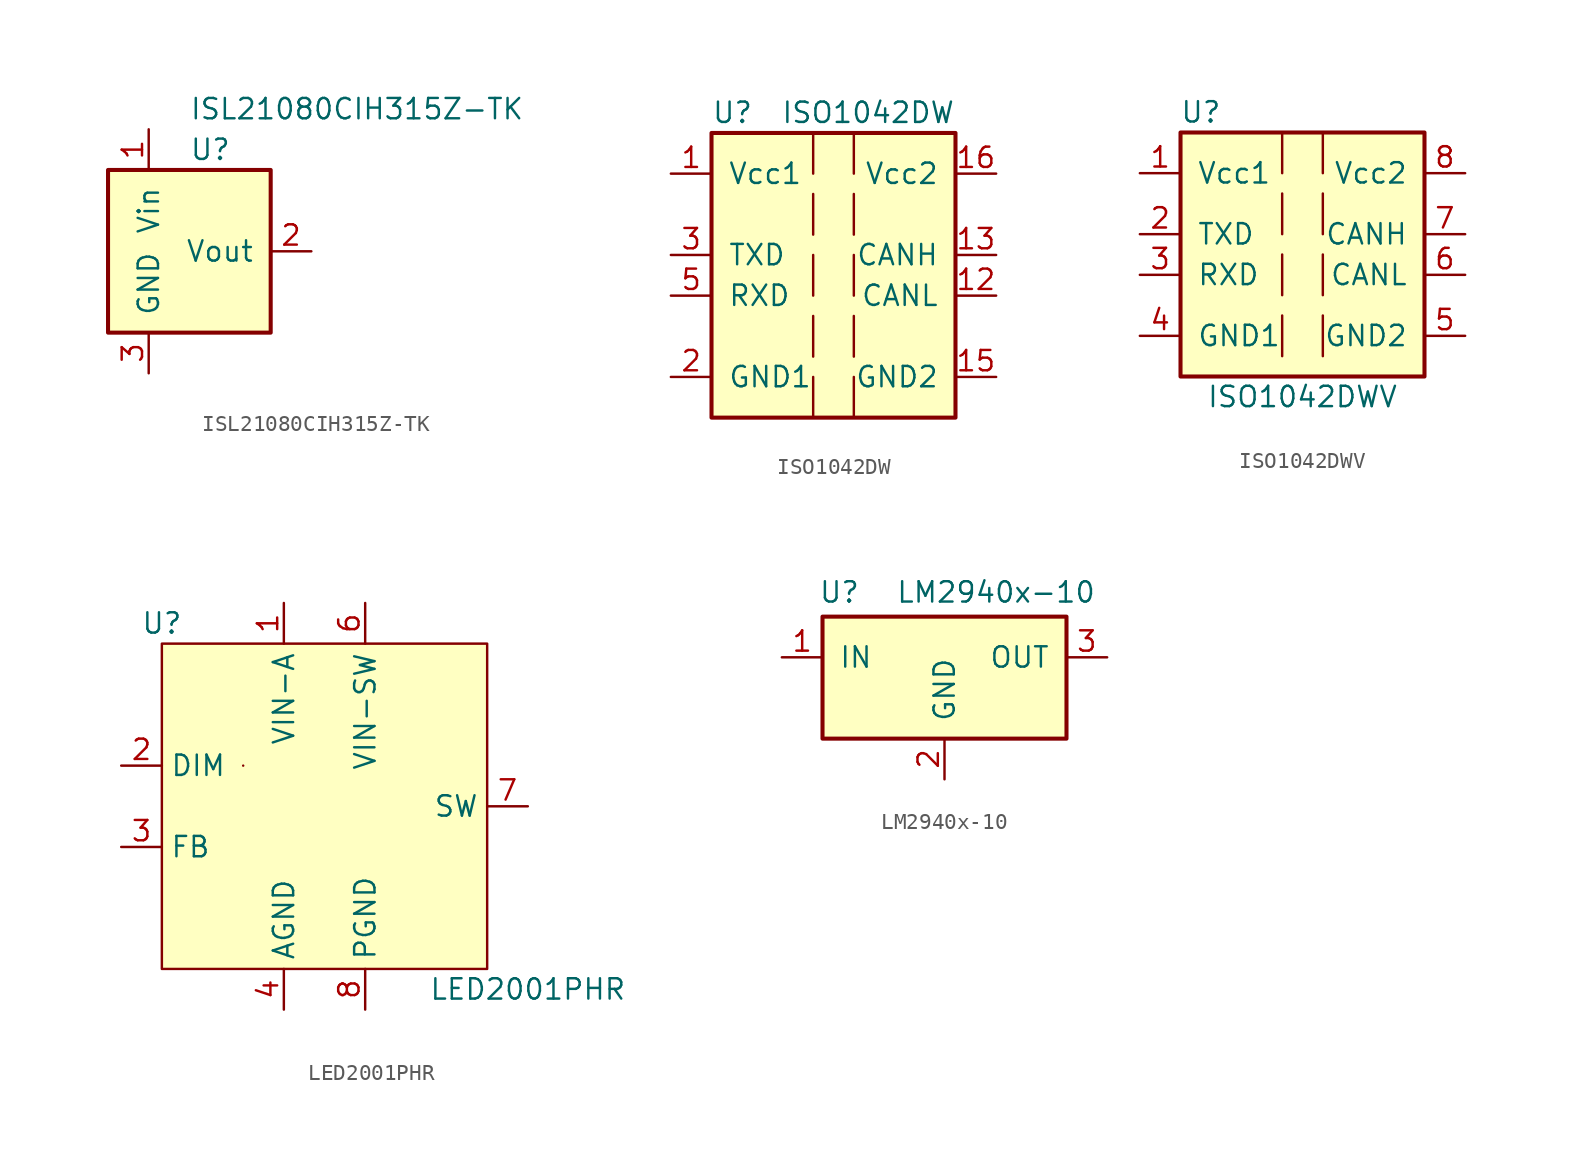
<source format=kicad_sym>
(kicad_symbol_lib
  (version 20211014)
  (generator kicad_symbol_editor)
  (symbol "ISL21080CIH315Z-TK"
    (pin_names
      (offset 1.016))
    (property "Reference" "U"
      (at 0 6.35 0)
      (effects (font (size 1.27 1.27)) (justify left)))
    (property "Value" "ISL21080CIH315Z-TK"
      (at 0 8.89 0)
      (effects (font (size 1.27 1.27)) (justify left)))
    (symbol "ISL21080CIH315Z-TK_1_1"
      (rectangle (start -5.08 5.08) (end 5.08 -5.08) (stroke (width 0.254) (type default) (color 0 0 0 0)) (fill (type background)))
      (pin power_in line (at -2.54 7.62 270) (length 2.54) (name "Vin" (effects (font (size 1.27 1.27)))) (number "1" (effects (font (size 1.27 1.27)))))
      (pin power_out line (at 7.62 0 180) (length 2.54) (name "Vout" (effects (font (size 1.27 1.27)))) (number "2" (effects (font (size 1.27 1.27)))))
      (pin power_in line (at -2.54 -7.62 90) (length 2.54) (name "GND" (effects (font (size 1.27 1.27)))) (number "3" (effects (font (size 1.27 1.27)))))))
  (symbol "ISO1042DW"
    (pin_names
      (offset 1.016))
    (property "Reference" "U"
      (at -7.62 10.16 0)
      (effects (font (size 1.27 1.27)) (justify left)))
    (property "Value" "ISO1042DW"
      (at 7.62 10.16 0)
      (effects (font (size 1.27 1.27)) (justify right)))
    (symbol "ISO1042DW_0_1"
      (rectangle (start -7.62 8.89) (end 7.62 -8.89) (stroke (width 0.254) (type default) (color 0 0 0 0)) (fill (type background)))
      (polyline (pts (xy -1.27 -6.35) (xy -1.27 -8.89)) (stroke (width 0) (type default) (color 0 0 0 0)) (fill (type none)))
      (polyline (pts (xy -1.27 -2.54) (xy -1.27 -5.08)) (stroke (width 0) (type default) (color 0 0 0 0)) (fill (type none)))
      (polyline (pts (xy -1.27 1.27) (xy -1.27 -1.27)) (stroke (width 0) (type default) (color 0 0 0 0)) (fill (type none)))
      (polyline (pts (xy -1.27 5.08) (xy -1.27 2.54)) (stroke (width 0) (type default) (color 0 0 0 0)) (fill (type none)))
      (polyline (pts (xy -1.27 8.89) (xy -1.27 6.35)) (stroke (width 0) (type default) (color 0 0 0 0)) (fill (type none)))
      (polyline (pts (xy 1.27 -6.35) (xy 1.27 -8.89)) (stroke (width 0) (type default) (color 0 0 0 0)) (fill (type none)))
      (polyline (pts (xy 1.27 -2.54) (xy 1.27 -5.08)) (stroke (width 0) (type default) (color 0 0 0 0)) (fill (type none)))
      (polyline (pts (xy 1.27 1.27) (xy 1.27 -1.27)) (stroke (width 0) (type default) (color 0 0 0 0)) (fill (type none)))
      (polyline (pts (xy 1.27 2.54) (xy 1.27 5.08)) (stroke (width 0) (type default) (color 0 0 0 0)) (fill (type none)))
      (polyline (pts (xy 1.27 6.35) (xy 1.27 8.89)) (stroke (width 0) (type default) (color 0 0 0 0)) (fill (type none))))
    (symbol "ISO1042DW_1_1"
      (pin power_in line (at -10.16 6.35 0) (length 2.54) (name "Vcc1" (effects (font (size 1.27 1.27)))) (number "1" (effects (font (size 1.27 1.27)))))
      (pin passive line (at 10.16 -6.35 180) (length 2.54) hide (name "GND2" (effects (font (size 1.27 1.27)))) (number "10" (effects (font (size 1.27 1.27)))))
      (pin passive line (at 10.16 6.35 180) (length 2.54) hide (name "Vcc2" (effects (font (size 1.27 1.27)))) (number "11" (effects (font (size 1.27 1.27)))))
      (pin bidirectional line (at 10.16 -1.27 180) (length 2.54) (name "CANL" (effects (font (size 1.27 1.27)))) (number "12" (effects (font (size 1.27 1.27)))))
      (pin bidirectional line (at 10.16 1.27 180) (length 2.54) (name "CANH" (effects (font (size 1.27 1.27)))) (number "13" (effects (font (size 1.27 1.27)))))
      (pin passive line (at 10.16 -6.35 180) (length 2.54) hide (name "GND2" (effects (font (size 1.27 1.27)))) (number "14" (effects (font (size 1.27 1.27)))))
      (pin power_in line (at 10.16 -6.35 180) (length 2.54) (name "GND2" (effects (font (size 1.27 1.27)))) (number "15" (effects (font (size 1.27 1.27)))))
      (pin power_in line (at 10.16 6.35 180) (length 2.54) (name "Vcc2" (effects (font (size 1.27 1.27)))) (number "16" (effects (font (size 1.27 1.27)))))
      (pin power_in line (at -10.16 -6.35 0) (length 2.54) (name "GND1" (effects (font (size 1.27 1.27)))) (number "2" (effects (font (size 1.27 1.27)))))
      (pin input line (at -10.16 1.27 0) (length 2.54) (name "TXD" (effects (font (size 1.27 1.27)))) (number "3" (effects (font (size 1.27 1.27)))))
      (pin passive line (at -10.16 -6.35 0) (length 2.54) hide (name "GND1" (effects (font (size 1.27 1.27)))) (number "4" (effects (font (size 1.27 1.27)))))
      (pin output line (at -10.16 -1.27 0) (length 2.54) (name "RXD" (effects (font (size 1.27 1.27)))) (number "5" (effects (font (size 1.27 1.27)))))
      (pin passive line (at -10.16 -6.35 0) (length 2.54) hide (name "GND1" (effects (font (size 1.27 1.27)))) (number "6" (effects (font (size 1.27 1.27)))))
      (pin passive line (at -10.16 -6.35 0) (length 2.54) hide (name "GND1" (effects (font (size 1.27 1.27)))) (number "7" (effects (font (size 1.27 1.27)))))
      (pin passive line (at -10.16 -6.35 0) (length 2.54) hide (name "GND1" (effects (font (size 1.27 1.27)))) (number "8" (effects (font (size 1.27 1.27)))))
      (pin passive line (at 10.16 -6.35 180) (length 2.54) hide (name "GND2" (effects (font (size 1.27 1.27)))) (number "9" (effects (font (size 1.27 1.27)))))))
  (symbol "ISO1042DWV"
    (pin_names
      (offset 1.016))
    (property "Reference" "U"
      (at -6.35 8.89 0)
      (effects (font (size 1.27 1.27))))
    (property "Value" "ISO1042DWV"
      (at 0 -8.89 0)
      (effects (font (size 1.27 1.27))))
    (symbol "ISO1042DWV_1_1"
      (rectangle (start -7.62 7.62) (end 7.62 -7.62) (stroke (width 0.254) (type default) (color 0 0 0 0)) (fill (type background)))
      (polyline (pts (xy -1.27 -3.81) (xy -1.27 -6.35)) (stroke (width 0) (type default) (color 0 0 0 0)) (fill (type none)))
      (polyline (pts (xy -1.27 0) (xy -1.27 -2.54)) (stroke (width 0) (type default) (color 0 0 0 0)) (fill (type none)))
      (polyline (pts (xy -1.27 3.81) (xy -1.27 1.27)) (stroke (width 0) (type default) (color 0 0 0 0)) (fill (type none)))
      (polyline (pts (xy -1.27 7.62) (xy -1.27 5.08)) (stroke (width 0) (type default) (color 0 0 0 0)) (fill (type none)))
      (polyline (pts (xy 1.27 -3.81) (xy 1.27 -6.35)) (stroke (width 0) (type default) (color 0 0 0 0)) (fill (type none)))
      (polyline (pts (xy 1.27 0) (xy 1.27 -2.54)) (stroke (width 0) (type default) (color 0 0 0 0)) (fill (type none)))
      (polyline (pts (xy 1.27 1.27) (xy 1.27 3.81)) (stroke (width 0) (type default) (color 0 0 0 0)) (fill (type none)))
      (polyline (pts (xy 1.27 5.08) (xy 1.27 7.62)) (stroke (width 0) (type default) (color 0 0 0 0)) (fill (type none)))
      (pin power_in line (at -10.16 5.08 0) (length 2.54) (name "Vcc1" (effects (font (size 1.27 1.27)))) (number "1" (effects (font (size 1.27 1.27)))))
      (pin input line (at -10.16 1.27 0) (length 2.54) (name "TXD" (effects (font (size 1.27 1.27)))) (number "2" (effects (font (size 1.27 1.27)))))
      (pin output line (at -10.16 -1.27 0) (length 2.54) (name "RXD" (effects (font (size 1.27 1.27)))) (number "3" (effects (font (size 1.27 1.27)))))
      (pin power_in line (at -10.16 -5.08 0) (length 2.54) (name "GND1" (effects (font (size 1.27 1.27)))) (number "4" (effects (font (size 1.27 1.27)))))
      (pin power_in line (at 10.16 -5.08 180) (length 2.54) (name "GND2" (effects (font (size 1.27 1.27)))) (number "5" (effects (font (size 1.27 1.27)))))
      (pin bidirectional line (at 10.16 -1.27 180) (length 2.54) (name "CANL" (effects (font (size 1.27 1.27)))) (number "6" (effects (font (size 1.27 1.27)))))
      (pin bidirectional line (at 10.16 1.27 180) (length 2.54) (name "CANH" (effects (font (size 1.27 1.27)))) (number "7" (effects (font (size 1.27 1.27)))))
      (pin power_in line (at 10.16 5.08 180) (length 2.54) (name "Vcc2" (effects (font (size 1.27 1.27)))) (number "8" (effects (font (size 1.27 1.27)))))))
  (symbol "LED2001PHR"
    (property "Reference" "U"
      (at -10.16 11.43 0)
      (effects (font (size 1.27 1.27))))
    (property "Value" "LED2001PHR"
      (at 12.7 -11.43 0)
      (effects (font (size 1.27 1.27))))
    (symbol "LED2001PHR_0_0"
      (pin power_in line (at -2.54 12.7 270) (length 2.54) (name "VIN-A" (effects (font (size 1.27 1.27)))) (number "1" (effects (font (size 1.27 1.27)))))
      (pin input line (at -12.7 2.54 0) (length 2.54) (name "DIM" (effects (font (size 1.27 1.27)))) (number "2" (effects (font (size 1.27 1.27)))))
      (pin input line (at -12.7 -2.54 0) (length 2.54) (name "FB" (effects (font (size 1.27 1.27)))) (number "3" (effects (font (size 1.27 1.27)))))
      (pin power_in line (at -2.54 -12.7 90) (length 2.54) (name "AGND" (effects (font (size 1.27 1.27)))) (number "4" (effects (font (size 1.27 1.27)))))
      (pin no_connect line (at -10.16 -6.35 0) (length 2.54) hide (name "NC" (effects (font (size 1.27 1.27)))) (number "5" (effects (font (size 1.27 1.27)))))
      (pin power_in line (at 2.54 12.7 270) (length 2.54) (name "VIN-SW" (effects (font (size 1.27 1.27)))) (number "6" (effects (font (size 1.27 1.27)))))
      (pin output line (at 12.7 0 180) (length 2.54) (name "SW" (effects (font (size 1.27 1.27)))) (number "7" (effects (font (size 1.27 1.27)))))
      (pin power_in line (at 2.54 -12.7 90) (length 2.54) (name "PGND" (effects (font (size 1.27 1.27)))) (number "8" (effects (font (size 1.27 1.27)))))
      (pin passive line (at -2.54 -12.7 90) (length 2.54) hide (name "EP-AGND" (effects (font (size 1.27 1.27)))) (number "9" (effects (font (size 1.27 1.27))))))
    (symbol "LED2001PHR_0_1"
      (rectangle (start -10.16 10.16) (end 10.16 -10.16) (stroke (width 0) (type default) (color 0 0 0 0)) (fill (type background)))
      (rectangle (start -5.08 2.54) (end -5.08 2.54) (stroke (width 0) (type default) (color 0 0 0 0)) (fill (type none)))))
  (symbol "LM2940x-10"
    (pin_names
      (offset 1.016))
    (property "Reference" "U"
      (at -7.874 4.064 0)
      (effects (font (size 1.27 1.27)) (justify left)))
    (property "Value" "LM2940x-10"
      (at -3.048 4.064 0)
      (effects (font (size 1.27 1.27)) (justify left)))
    (symbol "LM2940x-10_0_1"
      (rectangle (start -7.62 2.54) (end 7.62 -5.08) (stroke (width 0.254) (type default) (color 0 0 0 0)) (fill (type background))))
    (symbol "LM2940x-10_1_1"
      (pin power_in line (at -10.16 0 0) (length 2.54) (name "IN" (effects (font (size 1.27 1.27)))) (number "1" (effects (font (size 1.27 1.27)))))
      (pin power_in line (at 0 -7.62 90) (length 2.54) (name "GND" (effects (font (size 1.27 1.27)))) (number "2" (effects (font (size 1.27 1.27)))))
      (pin power_out line (at 10.16 0 180) (length 2.54) (name "OUT" (effects (font (size 1.27 1.27)))) (number "3" (effects (font (size 1.27 1.27))))))))
</source>
